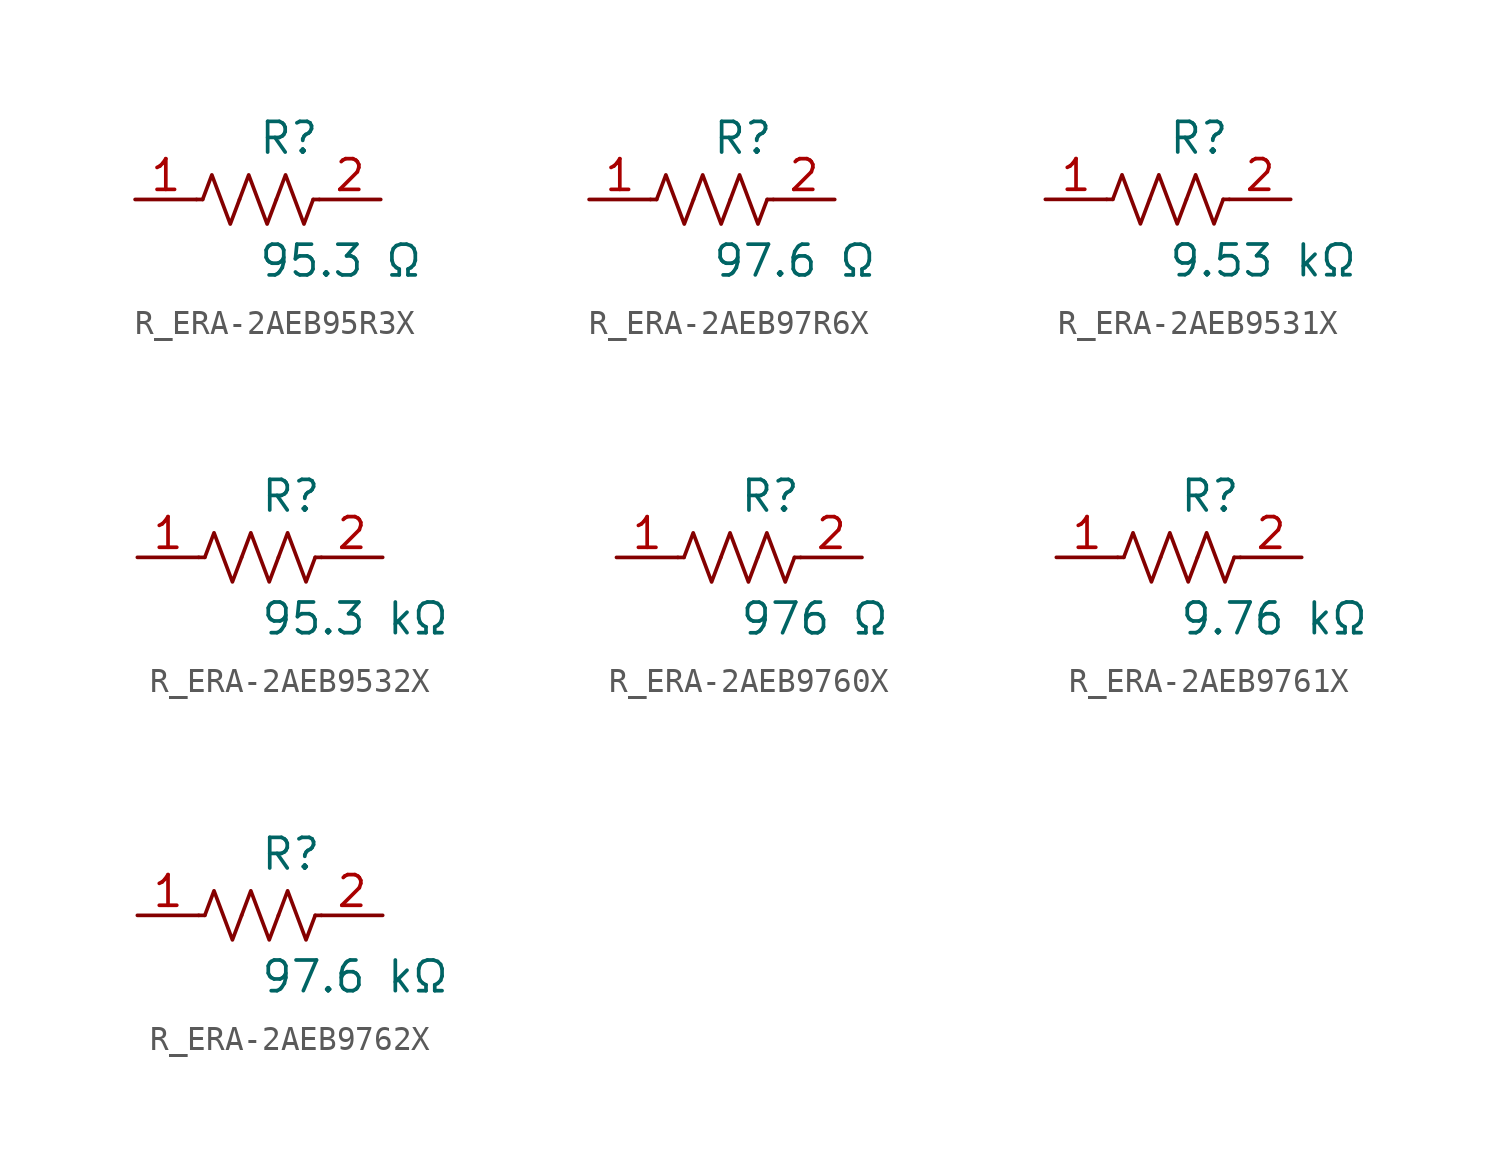
<source format=kicad_sym>
(kicad_symbol_lib
  (version 20231120)
  (generator kicad_symbol_editor)
  (generator_version 8.0)
  (symbol "R_ERA-2AEB95R3X"
    (pin_names
      (offset 0.254))
    (property "Reference" "R"
      (at 0.0 2.54 0)
      (effects (font (size 1.27 1.27)) (justify left)))
    (property "Value" "95.3 Ω"
      (at 0.0 -2.54 0)
      (effects (font (size 1.27 1.27)) (justify left)))
    (symbol "R_ERA-2AEB95R3X_0_1"
      (polyline (pts (xy 2.286 0) (xy 2.54 0)) (stroke (width 0) (type default)) (fill (type none)))
      (polyline (pts (xy -2.286 0) (xy -2.54 0)) (stroke (width 0) (type default)) (fill (type none)))
      (polyline (pts (xy 0.762 0) (xy 1.143 1.016) (xy 1.524 0) (xy 1.905 -1.016) (xy 2.286 0)) (stroke (width 0) (type default)) (fill (type none)))
      (polyline (pts (xy -0.762 0) (xy -0.381 1.016) (xy 0 0) (xy 0.381 -1.016) (xy 0.762 0)) (stroke (width 0) (type default)) (fill (type none)))
      (polyline (pts (xy -2.286 0) (xy -1.905 1.016) (xy -1.524 0) (xy -1.143 -1.016) (xy -0.762 0)) (stroke (width 0) (type default)) (fill (type none))))
    (pin unspecified line
      (at -5.08 0 0)
      (length 2.54)
      (name "" (effects (font (size 1.27 1.27))))
      (number "1" (effects (font (size 1.27 1.27)))))
    (pin unspecified line
      (at 5.08 0 180)
      (length 2.54)
      (name "" (effects (font (size 1.27 1.27))))
      (number "2" (effects (font (size 1.27 1.27))))))
  (symbol "R_ERA-2AEB97R6X"
    (pin_names
      (offset 0.254))
    (property "Reference" "R"
      (at 0.0 2.54 0)
      (effects (font (size 1.27 1.27)) (justify left)))
    (property "Value" "97.6 Ω"
      (at 0.0 -2.54 0)
      (effects (font (size 1.27 1.27)) (justify left)))
    (symbol "R_ERA-2AEB97R6X_0_1"
      (polyline (pts (xy 2.286 0) (xy 2.54 0)) (stroke (width 0) (type default)) (fill (type none)))
      (polyline (pts (xy -2.286 0) (xy -2.54 0)) (stroke (width 0) (type default)) (fill (type none)))
      (polyline (pts (xy 0.762 0) (xy 1.143 1.016) (xy 1.524 0) (xy 1.905 -1.016) (xy 2.286 0)) (stroke (width 0) (type default)) (fill (type none)))
      (polyline (pts (xy -0.762 0) (xy -0.381 1.016) (xy 0 0) (xy 0.381 -1.016) (xy 0.762 0)) (stroke (width 0) (type default)) (fill (type none)))
      (polyline (pts (xy -2.286 0) (xy -1.905 1.016) (xy -1.524 0) (xy -1.143 -1.016) (xy -0.762 0)) (stroke (width 0) (type default)) (fill (type none))))
    (pin unspecified line
      (at -5.08 0 0)
      (length 2.54)
      (name "" (effects (font (size 1.27 1.27))))
      (number "1" (effects (font (size 1.27 1.27)))))
    (pin unspecified line
      (at 5.08 0 180)
      (length 2.54)
      (name "" (effects (font (size 1.27 1.27))))
      (number "2" (effects (font (size 1.27 1.27))))))
  (symbol "R_ERA-2AEB9531X"
    (pin_names
      (offset 0.254))
    (property "Reference" "R"
      (at 0.0 2.54 0)
      (effects (font (size 1.27 1.27)) (justify left)))
    (property "Value" "9.53 kΩ"
      (at 0.0 -2.54 0)
      (effects (font (size 1.27 1.27)) (justify left)))
    (symbol "R_ERA-2AEB9531X_0_1"
      (polyline (pts (xy 2.286 0) (xy 2.54 0)) (stroke (width 0) (type default)) (fill (type none)))
      (polyline (pts (xy -2.286 0) (xy -2.54 0)) (stroke (width 0) (type default)) (fill (type none)))
      (polyline (pts (xy 0.762 0) (xy 1.143 1.016) (xy 1.524 0) (xy 1.905 -1.016) (xy 2.286 0)) (stroke (width 0) (type default)) (fill (type none)))
      (polyline (pts (xy -0.762 0) (xy -0.381 1.016) (xy 0 0) (xy 0.381 -1.016) (xy 0.762 0)) (stroke (width 0) (type default)) (fill (type none)))
      (polyline (pts (xy -2.286 0) (xy -1.905 1.016) (xy -1.524 0) (xy -1.143 -1.016) (xy -0.762 0)) (stroke (width 0) (type default)) (fill (type none))))
    (pin unspecified line
      (at -5.08 0 0)
      (length 2.54)
      (name "" (effects (font (size 1.27 1.27))))
      (number "1" (effects (font (size 1.27 1.27)))))
    (pin unspecified line
      (at 5.08 0 180)
      (length 2.54)
      (name "" (effects (font (size 1.27 1.27))))
      (number "2" (effects (font (size 1.27 1.27))))))
  (symbol "R_ERA-2AEB9532X"
    (pin_names
      (offset 0.254))
    (property "Reference" "R"
      (at 0.0 2.54 0)
      (effects (font (size 1.27 1.27)) (justify left)))
    (property "Value" "95.3 kΩ"
      (at 0.0 -2.54 0)
      (effects (font (size 1.27 1.27)) (justify left)))
    (symbol "R_ERA-2AEB9532X_0_1"
      (polyline (pts (xy 2.286 0) (xy 2.54 0)) (stroke (width 0) (type default)) (fill (type none)))
      (polyline (pts (xy -2.286 0) (xy -2.54 0)) (stroke (width 0) (type default)) (fill (type none)))
      (polyline (pts (xy 0.762 0) (xy 1.143 1.016) (xy 1.524 0) (xy 1.905 -1.016) (xy 2.286 0)) (stroke (width 0) (type default)) (fill (type none)))
      (polyline (pts (xy -0.762 0) (xy -0.381 1.016) (xy 0 0) (xy 0.381 -1.016) (xy 0.762 0)) (stroke (width 0) (type default)) (fill (type none)))
      (polyline (pts (xy -2.286 0) (xy -1.905 1.016) (xy -1.524 0) (xy -1.143 -1.016) (xy -0.762 0)) (stroke (width 0) (type default)) (fill (type none))))
    (pin unspecified line
      (at -5.08 0 0)
      (length 2.54)
      (name "" (effects (font (size 1.27 1.27))))
      (number "1" (effects (font (size 1.27 1.27)))))
    (pin unspecified line
      (at 5.08 0 180)
      (length 2.54)
      (name "" (effects (font (size 1.27 1.27))))
      (number "2" (effects (font (size 1.27 1.27))))))
  (symbol "R_ERA-2AEB9760X"
    (pin_names
      (offset 0.254))
    (property "Reference" "R"
      (at 0.0 2.54 0)
      (effects (font (size 1.27 1.27)) (justify left)))
    (property "Value" "976 Ω"
      (at 0.0 -2.54 0)
      (effects (font (size 1.27 1.27)) (justify left)))
    (symbol "R_ERA-2AEB9760X_0_1"
      (polyline (pts (xy 2.286 0) (xy 2.54 0)) (stroke (width 0) (type default)) (fill (type none)))
      (polyline (pts (xy -2.286 0) (xy -2.54 0)) (stroke (width 0) (type default)) (fill (type none)))
      (polyline (pts (xy 0.762 0) (xy 1.143 1.016) (xy 1.524 0) (xy 1.905 -1.016) (xy 2.286 0)) (stroke (width 0) (type default)) (fill (type none)))
      (polyline (pts (xy -0.762 0) (xy -0.381 1.016) (xy 0 0) (xy 0.381 -1.016) (xy 0.762 0)) (stroke (width 0) (type default)) (fill (type none)))
      (polyline (pts (xy -2.286 0) (xy -1.905 1.016) (xy -1.524 0) (xy -1.143 -1.016) (xy -0.762 0)) (stroke (width 0) (type default)) (fill (type none))))
    (pin unspecified line
      (at -5.08 0 0)
      (length 2.54)
      (name "" (effects (font (size 1.27 1.27))))
      (number "1" (effects (font (size 1.27 1.27)))))
    (pin unspecified line
      (at 5.08 0 180)
      (length 2.54)
      (name "" (effects (font (size 1.27 1.27))))
      (number "2" (effects (font (size 1.27 1.27))))))
  (symbol "R_ERA-2AEB9761X"
    (pin_names
      (offset 0.254))
    (property "Reference" "R"
      (at 0.0 2.54 0)
      (effects (font (size 1.27 1.27)) (justify left)))
    (property "Value" "9.76 kΩ"
      (at 0.0 -2.54 0)
      (effects (font (size 1.27 1.27)) (justify left)))
    (symbol "R_ERA-2AEB9761X_0_1"
      (polyline (pts (xy 2.286 0) (xy 2.54 0)) (stroke (width 0) (type default)) (fill (type none)))
      (polyline (pts (xy -2.286 0) (xy -2.54 0)) (stroke (width 0) (type default)) (fill (type none)))
      (polyline (pts (xy 0.762 0) (xy 1.143 1.016) (xy 1.524 0) (xy 1.905 -1.016) (xy 2.286 0)) (stroke (width 0) (type default)) (fill (type none)))
      (polyline (pts (xy -0.762 0) (xy -0.381 1.016) (xy 0 0) (xy 0.381 -1.016) (xy 0.762 0)) (stroke (width 0) (type default)) (fill (type none)))
      (polyline (pts (xy -2.286 0) (xy -1.905 1.016) (xy -1.524 0) (xy -1.143 -1.016) (xy -0.762 0)) (stroke (width 0) (type default)) (fill (type none))))
    (pin unspecified line
      (at -5.08 0 0)
      (length 2.54)
      (name "" (effects (font (size 1.27 1.27))))
      (number "1" (effects (font (size 1.27 1.27)))))
    (pin unspecified line
      (at 5.08 0 180)
      (length 2.54)
      (name "" (effects (font (size 1.27 1.27))))
      (number "2" (effects (font (size 1.27 1.27))))))
  (symbol "R_ERA-2AEB9762X"
    (pin_names
      (offset 0.254))
    (property "Reference" "R"
      (at 0.0 2.54 0)
      (effects (font (size 1.27 1.27)) (justify left)))
    (property "Value" "97.6 kΩ"
      (at 0.0 -2.54 0)
      (effects (font (size 1.27 1.27)) (justify left)))
    (symbol "R_ERA-2AEB9762X_0_1"
      (polyline (pts (xy 2.286 0) (xy 2.54 0)) (stroke (width 0) (type default)) (fill (type none)))
      (polyline (pts (xy -2.286 0) (xy -2.54 0)) (stroke (width 0) (type default)) (fill (type none)))
      (polyline (pts (xy 0.762 0) (xy 1.143 1.016) (xy 1.524 0) (xy 1.905 -1.016) (xy 2.286 0)) (stroke (width 0) (type default)) (fill (type none)))
      (polyline (pts (xy -0.762 0) (xy -0.381 1.016) (xy 0 0) (xy 0.381 -1.016) (xy 0.762 0)) (stroke (width 0) (type default)) (fill (type none)))
      (polyline (pts (xy -2.286 0) (xy -1.905 1.016) (xy -1.524 0) (xy -1.143 -1.016) (xy -0.762 0)) (stroke (width 0) (type default)) (fill (type none))))
    (pin unspecified line
      (at -5.08 0 0)
      (length 2.54)
      (name "" (effects (font (size 1.27 1.27))))
      (number "1" (effects (font (size 1.27 1.27)))))
    (pin unspecified line
      (at 5.08 0 180)
      (length 2.54)
      (name "" (effects (font (size 1.27 1.27))))
      (number "2" (effects (font (size 1.27 1.27)))))))
</source>
